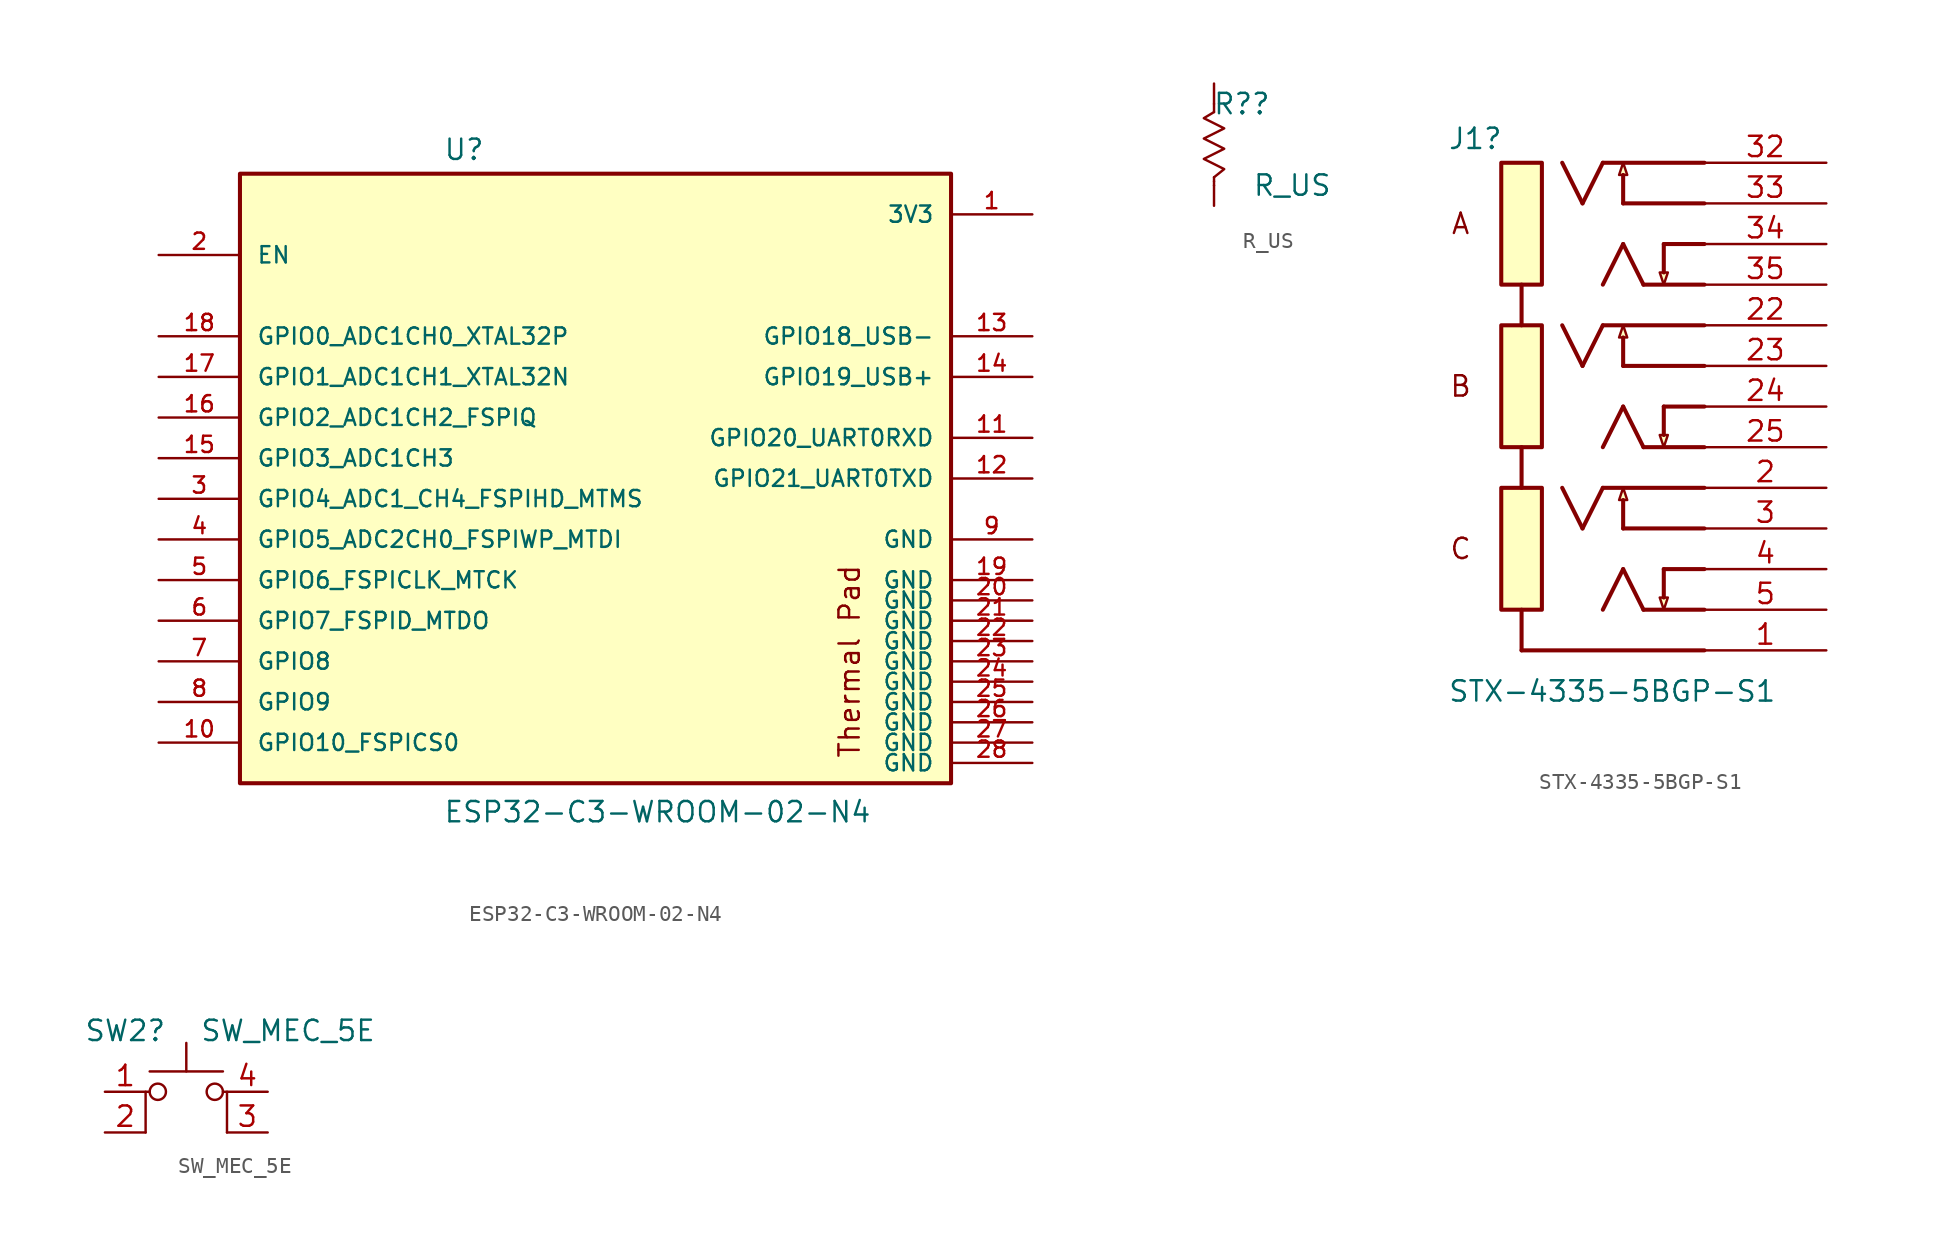
<source format=kicad_sym>
(kicad_symbol_lib
  (version 20211014)
  (generator kicad_symbol_editor)
  (symbol "ESP32-C3-WROOM-02-N4"
    (pin_names
      (offset 1.016))
    (property "Reference" "U"
      (at -12.7 21.082 0)
      (effects (font (size 1.27 1.27)) (justify left bottom)))
    (property "Value" "ESP32-C3-WROOM-02-N4"
      (at -12.7 -20.32 0)
      (effects (font (size 1.27 1.27)) (justify left bottom)))
    (symbol "ESP32-C3-WROOM-02-N4_0_0"
      (rectangle (start -25.4 20.32) (end 19.05 -17.78) (stroke (width 0.254) (type default) (color 0 0 0 0)) (fill (type background)))
      (text "Thermal Pad" (at 12.7 -10.16 900) (effects (font (size 1.27 1.27))))
      (pin power_in line (at 24.13 17.78 180) (length 5.08) (name "3V3" (effects (font (size 1.016 1.016)))) (number "1" (effects (font (size 1.016 1.016)))))
      (pin bidirectional line (at -30.48 -15.24 0) (length 5.08) (name "GPIO10_FSPICS0" (effects (font (size 1.016 1.016)))) (number "10" (effects (font (size 1.016 1.016)))))
      (pin bidirectional line (at 24.13 3.81 180) (length 5.08) (name "GPIO20_UART0RXD" (effects (font (size 1.016 1.016)))) (number "11" (effects (font (size 1.016 1.016)))))
      (pin bidirectional line (at 24.13 1.27 180) (length 5.08) (name "GPIO21_UART0TXD" (effects (font (size 1.016 1.016)))) (number "12" (effects (font (size 1.016 1.016)))))
      (pin bidirectional line (at 24.13 10.16 180) (length 5.08) (name "GPIO18_USB-" (effects (font (size 1.016 1.016)))) (number "13" (effects (font (size 1.016 1.016)))))
      (pin bidirectional line (at 24.13 7.62 180) (length 5.08) (name "GPIO19_USB+" (effects (font (size 1.016 1.016)))) (number "14" (effects (font (size 1.016 1.016)))))
      (pin bidirectional line (at -30.48 2.54 0) (length 5.08) (name "GPIO3_ADC1CH3" (effects (font (size 1.016 1.016)))) (number "15" (effects (font (size 1.016 1.016)))))
      (pin bidirectional line (at -30.48 5.08 0) (length 5.08) (name "GPIO2_ADC1CH2_FSPIQ" (effects (font (size 1.016 1.016)))) (number "16" (effects (font (size 1.016 1.016)))))
      (pin bidirectional line (at -30.48 7.62 0) (length 5.08) (name "GPIO1_ADC1CH1_XTAL32N" (effects (font (size 1.016 1.016)))) (number "17" (effects (font (size 1.016 1.016)))))
      (pin bidirectional line (at -30.48 10.16 0) (length 5.08) (name "GPIO0_ADC1CH0_XTAL32P" (effects (font (size 1.016 1.016)))) (number "18" (effects (font (size 1.016 1.016)))))
      (pin power_in line (at 24.13 -5.08 180) (length 5.08) (name "GND" (effects (font (size 1.016 1.016)))) (number "19" (effects (font (size 1.016 1.016)))))
      (pin input line (at -30.48 15.24 0) (length 5.08) (name "EN" (effects (font (size 1.016 1.016)))) (number "2" (effects (font (size 1.016 1.016)))))
      (pin power_in line (at 24.13 -6.35 180) (length 5.08) (name "GND" (effects (font (size 1.016 1.016)))) (number "20" (effects (font (size 1.016 1.016)))))
      (pin power_in line (at 24.13 -7.62 180) (length 5.08) (name "GND" (effects (font (size 1.016 1.016)))) (number "21" (effects (font (size 1.016 1.016)))))
      (pin power_in line (at 24.13 -8.89 180) (length 5.08) (name "GND" (effects (font (size 1.016 1.016)))) (number "22" (effects (font (size 1.016 1.016)))))
      (pin power_in line (at 24.13 -10.16 180) (length 5.08) (name "GND" (effects (font (size 1.016 1.016)))) (number "23" (effects (font (size 1.016 1.016)))))
      (pin power_in line (at 24.13 -11.43 180) (length 5.08) (name "GND" (effects (font (size 1.016 1.016)))) (number "24" (effects (font (size 1.016 1.016)))))
      (pin power_in line (at 24.13 -12.7 180) (length 5.08) (name "GND" (effects (font (size 1.016 1.016)))) (number "25" (effects (font (size 1.016 1.016)))))
      (pin power_in line (at 24.13 -13.97 180) (length 5.08) (name "GND" (effects (font (size 1.016 1.016)))) (number "26" (effects (font (size 1.016 1.016)))))
      (pin power_in line (at 24.13 -15.24 180) (length 5.08) (name "GND" (effects (font (size 1.016 1.016)))) (number "27" (effects (font (size 1.016 1.016)))))
      (pin power_in line (at 24.13 -16.51 180) (length 5.08) (name "GND" (effects (font (size 1.016 1.016)))) (number "28" (effects (font (size 1.016 1.016)))))
      (pin power_in line (at 24.13 -16.51 180) (length 5.08) hide (name "GND" (effects (font (size 1.016 1.016)))) (number "29" (effects (font (size 1.016 1.016)))))
      (pin bidirectional line (at -30.48 0 0) (length 5.08) (name "GPIO4_ADC1_CH4_FSPIHD_MTMS" (effects (font (size 1.016 1.016)))) (number "3" (effects (font (size 1.016 1.016)))))
      (pin power_in line (at 24.13 -16.51 180) (length 5.08) hide (name "GND" (effects (font (size 1.016 1.016)))) (number "30" (effects (font (size 1.016 1.016)))))
      (pin power_in line (at 24.13 -16.51 180) (length 5.08) hide (name "GND" (effects (font (size 1.016 1.016)))) (number "31" (effects (font (size 1.016 1.016)))))
      (pin power_in line (at 24.13 -16.51 180) (length 5.08) hide (name "GND" (effects (font (size 1.016 1.016)))) (number "32" (effects (font (size 1.016 1.016)))))
      (pin power_in line (at 24.13 -16.51 180) (length 5.08) hide (name "GND" (effects (font (size 1.016 1.016)))) (number "33" (effects (font (size 1.016 1.016)))))
      (pin power_in line (at 24.13 -16.51 180) (length 5.08) hide (name "GND" (effects (font (size 1.016 1.016)))) (number "34" (effects (font (size 1.016 1.016)))))
      (pin power_in line (at 24.13 -16.51 180) (length 5.08) hide (name "GND" (effects (font (size 1.016 1.016)))) (number "35" (effects (font (size 1.016 1.016)))))
      (pin power_in line (at 24.13 -16.51 180) (length 5.08) hide (name "GND" (effects (font (size 1.016 1.016)))) (number "36" (effects (font (size 1.016 1.016)))))
      (pin power_in line (at 24.13 -16.51 180) (length 5.08) hide (name "GND" (effects (font (size 1.016 1.016)))) (number "37" (effects (font (size 1.016 1.016)))))
      (pin bidirectional line (at -30.48 -2.54 0) (length 5.08) (name "GPIO5_ADC2CH0_FSPIWP_MTDI" (effects (font (size 1.016 1.016)))) (number "4" (effects (font (size 1.016 1.016)))))
      (pin bidirectional line (at -30.48 -5.08 0) (length 5.08) (name "GPIO6_FSPICLK_MTCK" (effects (font (size 1.016 1.016)))) (number "5" (effects (font (size 1.016 1.016)))))
      (pin bidirectional line (at -30.48 -7.62 0) (length 5.08) (name "GPIO7_FSPID_MTDO" (effects (font (size 1.016 1.016)))) (number "6" (effects (font (size 1.016 1.016)))))
      (pin bidirectional line (at -30.48 -10.16 0) (length 5.08) (name "GPIO8" (effects (font (size 1.016 1.016)))) (number "7" (effects (font (size 1.016 1.016)))))
      (pin bidirectional line (at -30.48 -12.7 0) (length 5.08) (name "GPIO9" (effects (font (size 1.016 1.016)))) (number "8" (effects (font (size 1.016 1.016)))))
      (pin power_in line (at 24.13 -2.54 180) (length 5.08) (name "GND" (effects (font (size 1.016 1.016)))) (number "9" (effects (font (size 1.016 1.016)))))))
  (symbol "R_US"
    (pin_numbers hide)
    (pin_names
      (offset 0))
    (property "Reference" "R?"
      (at 3.556 2.54 0)
      (effects (font (size 1.27 1.27)) (justify right)))
    (property "Value" "R_US"
      (at 7.366 -2.54 0)
      (effects (font (size 1.27 1.27)) (justify right)))
    (symbol "R_US_0_0"
      (polyline (pts (xy 0 -2.286) (xy 0 -2.54)) (stroke (width 0) (type default) (color 0 0 0 0)) (fill (type none)))
      (polyline (pts (xy 0 -2.032) (xy 0 -2.286)) (stroke (width 0) (type default) (color 0 0 0 0)) (fill (type none)))
      (polyline (pts (xy 0 2.032) (xy 0 2.54)) (stroke (width 0) (type default) (color 0 0 0 0)) (fill (type none)))
      (polyline (pts (xy 0 2.032) (xy -0.635 1.651) (xy 0.635 1.016) (xy -0.635 0.381) (xy 0.635 -0.254) (xy -0.635 -0.889) (xy 0.635 -1.524) (xy 0 -2.032)) (stroke (width 0) (type default) (color 0 0 0 0)) (fill (type none))))
    (symbol "R_US_1_1"
      (pin passive line (at 0 3.81 270) (length 1.27) (name "~" (effects (font (size 1.27 1.27)))) (number "1" (effects (font (size 1.27 1.27)))))
      (pin passive line (at 0 -3.81 90) (length 1.27) (name "~" (effects (font (size 1.27 1.27)))) (number "2" (effects (font (size 1.27 1.27)))))))
  (symbol "STX-4335-5BGP-S1"
    (property "Reference" "J1"
      (at -23.675 0.762 0)
      (effects (font (size 1.27 1.27)) (justify left bottom)))
    (property "Value" "STX-4335-5BGP-S1"
      (at -23.675 -33.782 0)
      (effects (font (size 1.27 1.27)) (justify left bottom)))
    (symbol "STX-4335-5BGP-S1_1_0"
      (rectangle (start -17.78 -20.32) (end -20.32 -27.94) (stroke (width 0.254) (type default) (color 0 0 0 0)) (fill (type background)))
      (rectangle (start -17.78 -10.16) (end -20.32 -17.78) (stroke (width 0.254) (type default) (color 0 0 0 0)) (fill (type background)))
      (rectangle (start -17.78 0) (end -20.32 -7.62) (stroke (width 0.254) (type default) (color 0 0 0 0)) (fill (type background)))
      (polyline (pts (xy -19.05 -27.94) (xy -19.05 -30.48)) (stroke (width 0.254) (type default) (color 0 0 0 0)) (fill (type none)))
      (polyline (pts (xy -19.05 -20.32) (xy -19.05 -17.78)) (stroke (width 0.254) (type default) (color 0 0 0 0)) (fill (type none)))
      (polyline (pts (xy -19.05 -7.62) (xy -19.05 -10.16)) (stroke (width 0.254) (type default) (color 0 0 0 0)) (fill (type none)))
      (polyline (pts (xy -15.24 -22.86) (xy -16.51 -20.32)) (stroke (width 0.254) (type default) (color 0 0 0 0)) (fill (type none)))
      (polyline (pts (xy -15.24 -12.7) (xy -16.51 -10.16)) (stroke (width 0.254) (type default) (color 0 0 0 0)) (fill (type none)))
      (polyline (pts (xy -15.24 -2.54) (xy -16.51 0)) (stroke (width 0.254) (type default) (color 0 0 0 0)) (fill (type none)))
      (polyline (pts (xy -13.97 -20.32) (xy -15.24 -22.86)) (stroke (width 0.254) (type default) (color 0 0 0 0)) (fill (type none)))
      (polyline (pts (xy -13.97 -10.16) (xy -15.24 -12.7)) (stroke (width 0.254) (type default) (color 0 0 0 0)) (fill (type none)))
      (polyline (pts (xy -13.97 0) (xy -15.24 -2.54)) (stroke (width 0.254) (type default) (color 0 0 0 0)) (fill (type none)))
      (polyline (pts (xy -12.7 -25.4) (xy -13.97 -27.94)) (stroke (width 0.254) (type default) (color 0 0 0 0)) (fill (type none)))
      (polyline (pts (xy -12.7 -22.86) (xy -12.7 -21.082)) (stroke (width 0.254) (type default) (color 0 0 0 0)) (fill (type none)))
      (polyline (pts (xy -12.7 -15.24) (xy -13.97 -17.78)) (stroke (width 0.254) (type default) (color 0 0 0 0)) (fill (type none)))
      (polyline (pts (xy -12.7 -12.7) (xy -12.7 -10.922)) (stroke (width 0.254) (type default) (color 0 0 0 0)) (fill (type none)))
      (polyline (pts (xy -12.7 -5.08) (xy -13.97 -7.62)) (stroke (width 0.254) (type default) (color 0 0 0 0)) (fill (type none)))
      (polyline (pts (xy -12.7 -2.54) (xy -12.7 -0.762)) (stroke (width 0.254) (type default) (color 0 0 0 0)) (fill (type none)))
      (polyline (pts (xy -11.43 -27.94) (xy -12.7 -25.4)) (stroke (width 0.254) (type default) (color 0 0 0 0)) (fill (type none)))
      (polyline (pts (xy -11.43 -17.78) (xy -12.7 -15.24)) (stroke (width 0.254) (type default) (color 0 0 0 0)) (fill (type none)))
      (polyline (pts (xy -11.43 -7.62) (xy -12.7 -5.08)) (stroke (width 0.254) (type default) (color 0 0 0 0)) (fill (type none)))
      (polyline (pts (xy -10.16 -25.4) (xy -10.16 -27.178)) (stroke (width 0.254) (type default) (color 0 0 0 0)) (fill (type none)))
      (polyline (pts (xy -10.16 -15.24) (xy -10.16 -17.018)) (stroke (width 0.254) (type default) (color 0 0 0 0)) (fill (type none)))
      (polyline (pts (xy -10.16 -5.08) (xy -10.16 -6.858)) (stroke (width 0.254) (type default) (color 0 0 0 0)) (fill (type none)))
      (polyline (pts (xy -7.62 -30.48) (xy -19.05 -30.48)) (stroke (width 0.254) (type default) (color 0 0 0 0)) (fill (type none)))
      (polyline (pts (xy -7.62 -27.94) (xy -11.43 -27.94)) (stroke (width 0.254) (type default) (color 0 0 0 0)) (fill (type none)))
      (polyline (pts (xy -7.62 -25.4) (xy -10.16 -25.4)) (stroke (width 0.254) (type default) (color 0 0 0 0)) (fill (type none)))
      (polyline (pts (xy -7.62 -22.86) (xy -12.7 -22.86)) (stroke (width 0.254) (type default) (color 0 0 0 0)) (fill (type none)))
      (polyline (pts (xy -7.62 -20.32) (xy -13.97 -20.32)) (stroke (width 0.254) (type default) (color 0 0 0 0)) (fill (type none)))
      (polyline (pts (xy -7.62 -17.78) (xy -11.43 -17.78)) (stroke (width 0.254) (type default) (color 0 0 0 0)) (fill (type none)))
      (polyline (pts (xy -7.62 -15.24) (xy -10.16 -15.24)) (stroke (width 0.254) (type default) (color 0 0 0 0)) (fill (type none)))
      (polyline (pts (xy -7.62 -12.7) (xy -12.7 -12.7)) (stroke (width 0.254) (type default) (color 0 0 0 0)) (fill (type none)))
      (polyline (pts (xy -7.62 -10.16) (xy -13.97 -10.16)) (stroke (width 0.254) (type default) (color 0 0 0 0)) (fill (type none)))
      (polyline (pts (xy -7.62 -7.62) (xy -11.43 -7.62)) (stroke (width 0.254) (type default) (color 0 0 0 0)) (fill (type none)))
      (polyline (pts (xy -7.62 -5.08) (xy -10.16 -5.08)) (stroke (width 0.254) (type default) (color 0 0 0 0)) (fill (type none)))
      (polyline (pts (xy -7.62 -2.54) (xy -12.7 -2.54)) (stroke (width 0.254) (type default) (color 0 0 0 0)) (fill (type none)))
      (polyline (pts (xy -7.62 0) (xy -13.97 0)) (stroke (width 0.254) (type default) (color 0 0 0 0)) (fill (type none)))
      (polyline (pts (xy -12.7 -20.32) (xy -12.446 -21.082) (xy -12.954 -21.082) (xy -12.7 -20.32)) (stroke (width 0) (type default) (color 0 0 0 0)) (fill (type background)))
      (polyline (pts (xy -12.7 -10.16) (xy -12.446 -10.922) (xy -12.954 -10.922) (xy -12.7 -10.16)) (stroke (width 0) (type default) (color 0 0 0 0)) (fill (type background)))
      (polyline (pts (xy -12.7 0) (xy -12.446 -0.762) (xy -12.954 -0.762) (xy -12.7 0)) (stroke (width 0) (type default) (color 0 0 0 0)) (fill (type background)))
      (polyline (pts (xy -10.16 -27.94) (xy -10.414 -27.178) (xy -9.906 -27.178) (xy -10.16 -27.94)) (stroke (width 0) (type default) (color 0 0 0 0)) (fill (type background)))
      (polyline (pts (xy -10.16 -17.78) (xy -10.414 -17.018) (xy -9.906 -17.018) (xy -10.16 -17.78)) (stroke (width 0) (type default) (color 0 0 0 0)) (fill (type background)))
      (polyline (pts (xy -10.16 -7.62) (xy -10.414 -6.858) (xy -9.906 -6.858) (xy -10.16 -7.62)) (stroke (width 0) (type default) (color 0 0 0 0)) (fill (type background)))
      (text "A" (at -22.86 -3.81 0) (effects (font (size 1.27 1.27))))
      (text "B" (at -22.86 -13.97 0) (effects (font (size 1.27 1.27))))
      (text "C" (at -22.86 -24.13 0) (effects (font (size 1.27 1.27))))
      (pin passive line (at 0 -30.48 180) (length 7.62) (name "1" (effects (font (size 0 0)))) (number "1" (effects (font (size 1.27 1.27)))))
      (pin passive line (at 0 -20.32 180) (length 7.62) (name "2" (effects (font (size 0 0)))) (number "2" (effects (font (size 1.27 1.27)))))
      (pin passive line (at 0 -10.16 180) (length 7.62) (name "22" (effects (font (size 0 0)))) (number "22" (effects (font (size 1.27 1.27)))))
      (pin passive line (at 0 -12.7 180) (length 7.62) (name "23" (effects (font (size 0 0)))) (number "23" (effects (font (size 1.27 1.27)))))
      (pin passive line (at 0 -15.24 180) (length 7.62) (name "24" (effects (font (size 0 0)))) (number "24" (effects (font (size 1.27 1.27)))))
      (pin passive line (at 0 -17.78 180) (length 7.62) (name "25" (effects (font (size 0 0)))) (number "25" (effects (font (size 1.27 1.27)))))
      (pin passive line (at 0 -22.86 180) (length 7.62) (name "3" (effects (font (size 0 0)))) (number "3" (effects (font (size 1.27 1.27)))))
      (pin passive line (at 0 0 180) (length 7.62) (name "32" (effects (font (size 0 0)))) (number "32" (effects (font (size 1.27 1.27)))))
      (pin passive line (at 0 -2.54 180) (length 7.62) (name "33" (effects (font (size 0 0)))) (number "33" (effects (font (size 1.27 1.27)))))
      (pin passive line (at 0 -5.08 180) (length 7.62) (name "34" (effects (font (size 0 0)))) (number "34" (effects (font (size 1.27 1.27)))))
      (pin passive line (at 0 -7.62 180) (length 7.62) (name "35" (effects (font (size 0 0)))) (number "35" (effects (font (size 1.27 1.27)))))
      (pin passive line (at 0 -25.4 180) (length 7.62) (name "4" (effects (font (size 0 0)))) (number "4" (effects (font (size 1.27 1.27)))))
      (pin passive line (at 0 -27.94 180) (length 7.62) (name "5" (effects (font (size 0 0)))) (number "5" (effects (font (size 1.27 1.27)))))))
  (symbol "SW_MEC_5E"
    (pin_names
      (offset 1.016) hide)
    (property "Reference" "SW2"
      (at -3.81 6.35 0)
      (effects (font (size 1.27 1.27))))
    (property "Value" "SW_MEC_5E"
      (at 6.35 6.35 0)
      (effects (font (size 1.27 1.27))))
    (symbol "SW_MEC_5E_0_1"
      (circle (center -1.778 2.54) (radius 0.508) (stroke (width 0) (type default) (color 0 0 0 0)) (fill (type none)))
      (polyline (pts (xy -2.286 3.81) (xy 2.286 3.81)) (stroke (width 0) (type default) (color 0 0 0 0)) (fill (type none)))
      (polyline (pts (xy 0 3.81) (xy 0 5.588)) (stroke (width 0) (type default) (color 0 0 0 0)) (fill (type none)))
      (polyline (pts (xy -2.54 0) (xy -2.54 2.54) (xy -2.286 2.54)) (stroke (width 0) (type default) (color 0 0 0 0)) (fill (type none)))
      (polyline (pts (xy 2.54 0) (xy 2.54 2.54) (xy 2.286 2.54)) (stroke (width 0) (type default) (color 0 0 0 0)) (fill (type none)))
      (circle (center 1.778 2.54) (radius 0.508) (stroke (width 0) (type default) (color 0 0 0 0)) (fill (type none)))
      (pin passive line (at -5.08 2.54 0) (length 2.54) (name "1" (effects (font (size 1.27 1.27)))) (number "1" (effects (font (size 1.27 1.27)))))
      (pin passive line (at -5.08 0 0) (length 2.54) (name "2" (effects (font (size 1.27 1.27)))) (number "2" (effects (font (size 1.27 1.27)))))
      (pin passive line (at 5.08 0 180) (length 2.54) (name "K" (effects (font (size 1.27 1.27)))) (number "3" (effects (font (size 1.27 1.27)))))
      (pin passive line (at 5.08 2.54 180) (length 2.54) (name "A" (effects (font (size 1.27 1.27)))) (number "4" (effects (font (size 1.27 1.27))))))))
</source>
